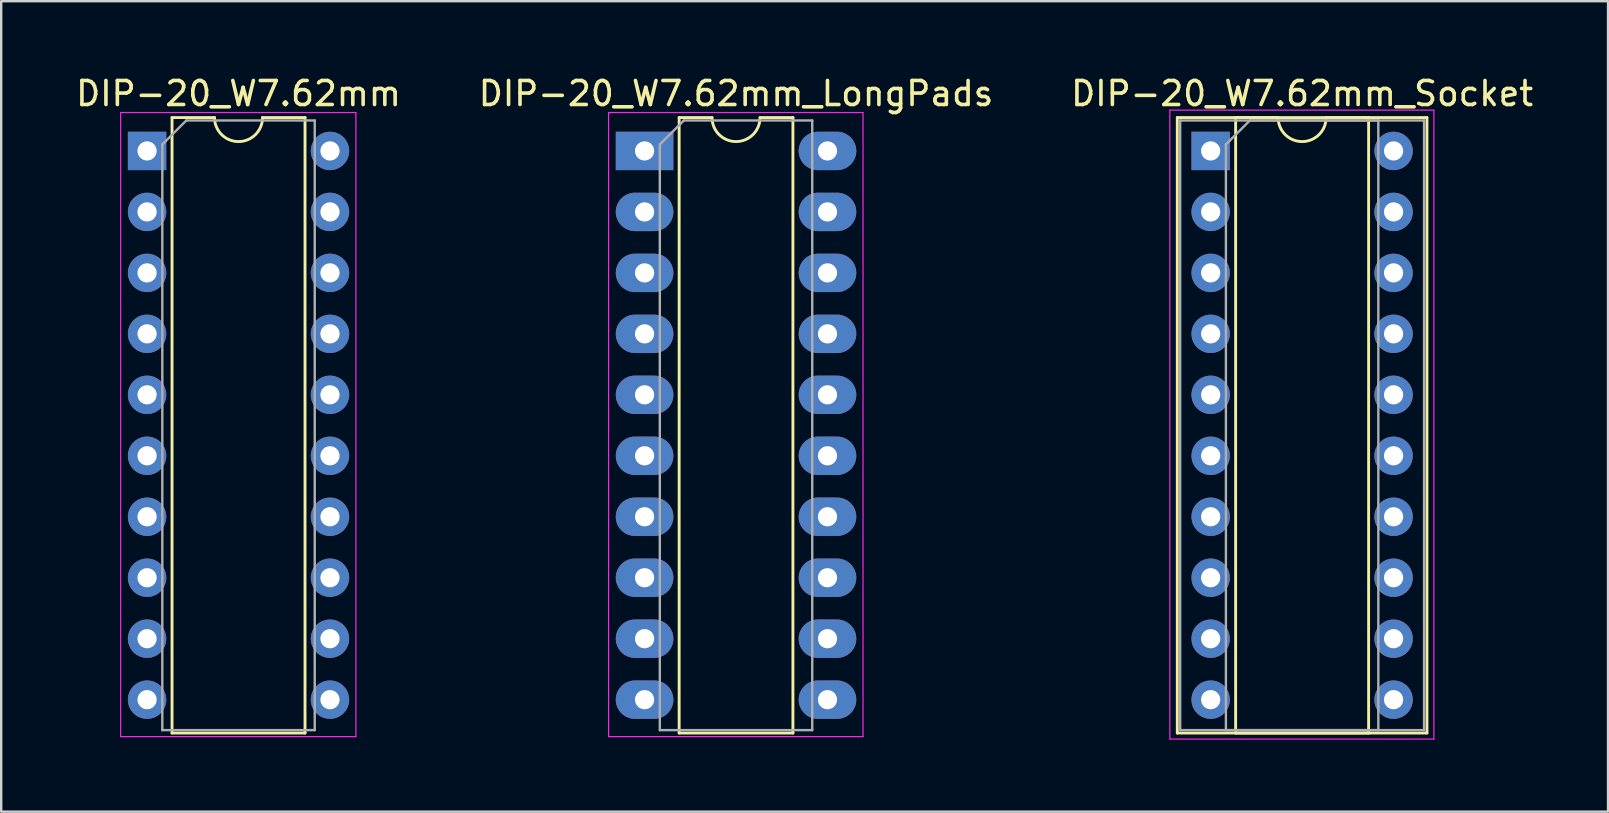
<source format=kicad_pcb>
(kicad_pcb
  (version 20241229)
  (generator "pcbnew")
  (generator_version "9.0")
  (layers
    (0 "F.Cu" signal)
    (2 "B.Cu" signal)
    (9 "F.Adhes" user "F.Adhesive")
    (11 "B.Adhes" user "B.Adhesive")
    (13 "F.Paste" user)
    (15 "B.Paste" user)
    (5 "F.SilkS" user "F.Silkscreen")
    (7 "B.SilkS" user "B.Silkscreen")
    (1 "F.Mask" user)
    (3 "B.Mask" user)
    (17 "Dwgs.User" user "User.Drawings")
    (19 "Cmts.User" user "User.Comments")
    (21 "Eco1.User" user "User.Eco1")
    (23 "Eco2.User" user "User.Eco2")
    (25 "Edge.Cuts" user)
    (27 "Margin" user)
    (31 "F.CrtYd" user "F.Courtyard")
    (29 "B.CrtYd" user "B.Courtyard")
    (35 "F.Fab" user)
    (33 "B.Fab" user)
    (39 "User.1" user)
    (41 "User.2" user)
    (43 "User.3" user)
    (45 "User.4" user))
  (footprint "DIP-20_W7.62mm_Socket"
    (layer "F.Cu")
    (at 47.386 3.238)
    (property "Reference" "DIP-20_W7.62mm_Socket" (at 3.81 -2.39 0) (layer "F.SilkS") (effects (font (size 1 1) (thickness 0.15))))
    (attr through_hole)
    (fp_line (start -1.39 -1.39) (end -1.39 24.25) (stroke (width 0.12) (type solid)) (layer "F.SilkS"))
    (fp_line (start -1.39 24.25) (end 9.01 24.25) (stroke (width 0.12) (type solid)) (layer "F.SilkS"))
    (fp_line (start 1.04 -1.39) (end 1.04 24.25) (stroke (width 0.12) (type solid)) (layer "F.SilkS"))
    (fp_line (start 1.04 24.25) (end 6.58 24.25) (stroke (width 0.12) (type solid)) (layer "F.SilkS"))
    (fp_line (start 2.81 -1.39) (end 1.04 -1.39) (stroke (width 0.12) (type solid)) (layer "F.SilkS"))
    (fp_line (start 6.58 -1.39) (end 4.81 -1.39) (stroke (width 0.12) (type solid)) (layer "F.SilkS"))
    (fp_line (start 6.58 24.25) (end 6.58 -1.39) (stroke (width 0.12) (type solid)) (layer "F.SilkS"))
    (fp_line (start 9.01 -1.39) (end -1.39 -1.39) (stroke (width 0.12) (type solid)) (layer "F.SilkS"))
    (fp_line (start 9.01 24.25) (end 9.01 -1.39) (stroke (width 0.12) (type solid)) (layer "F.SilkS"))
    (fp_arc (start 4.81 -1.39) (mid 3.81 -0.39) (end 2.81 -1.39) (stroke (width 0.12) (type solid)) (layer "F.SilkS"))
    (fp_line (start -1.7 -1.7) (end -1.7 24.5) (stroke (width 0.05) (type solid)) (layer "F.CrtYd"))
    (fp_line (start -1.7 24.5) (end 9.3 24.5) (stroke (width 0.05) (type solid)) (layer "F.CrtYd"))
    (fp_line (start 9.3 -1.7) (end -1.7 -1.7) (stroke (width 0.05) (type solid)) (layer "F.CrtYd"))
    (fp_line (start 9.3 24.5) (end 9.3 -1.7) (stroke (width 0.05) (type solid)) (layer "F.CrtYd"))
    (fp_line (start -1.27 -1.27) (end -1.27 24.13) (stroke (width 0.1) (type solid)) (layer "F.Fab"))
    (fp_line (start -1.27 24.13) (end 8.89 24.13) (stroke (width 0.1) (type solid)) (layer "F.Fab"))
    (fp_line (start 0.635 -0.27) (end 1.635 -1.27) (stroke (width 0.1) (type solid)) (layer "F.Fab"))
    (fp_line (start 0.635 24.13) (end 0.635 -0.27) (stroke (width 0.1) (type solid)) (layer "F.Fab"))
    (fp_line (start 1.635 -1.27) (end 6.985 -1.27) (stroke (width 0.1) (type solid)) (layer "F.Fab"))
    (fp_line (start 6.985 -1.27) (end 6.985 24.13) (stroke (width 0.1) (type solid)) (layer "F.Fab"))
    (fp_line (start 6.985 24.13) (end 0.635 24.13) (stroke (width 0.1) (type solid)) (layer "F.Fab"))
    (fp_line (start 8.89 -1.27) (end -1.27 -1.27) (stroke (width 0.1) (type solid)) (layer "F.Fab"))
    (fp_line (start 8.89 24.13) (end 8.89 -1.27) (stroke (width 0.1) (type solid)) (layer "F.Fab"))
    (pad "1" thru_hole rect (at 0 0) (size 1.6 1.6) (drill 0.8) (layers "*.Cu" "*.Mask"))
    (pad "2" thru_hole oval (at 0 2.54) (size 1.6 1.6) (drill 0.8) (layers "*.Cu" "*.Mask"))
    (pad "3" thru_hole oval (at 0 5.08) (size 1.6 1.6) (drill 0.8) (layers "*.Cu" "*.Mask"))
    (pad "4" thru_hole oval (at 0 7.62) (size 1.6 1.6) (drill 0.8) (layers "*.Cu" "*.Mask"))
    (pad "5" thru_hole oval (at 0 10.16) (size 1.6 1.6) (drill 0.8) (layers "*.Cu" "*.Mask"))
    (pad "6" thru_hole oval (at 0 12.7) (size 1.6 1.6) (drill 0.8) (layers "*.Cu" "*.Mask"))
    (pad "7" thru_hole oval (at 0 15.24) (size 1.6 1.6) (drill 0.8) (layers "*.Cu" "*.Mask"))
    (pad "8" thru_hole oval (at 0 17.78) (size 1.6 1.6) (drill 0.8) (layers "*.Cu" "*.Mask"))
    (pad "9" thru_hole oval (at 0 20.32) (size 1.6 1.6) (drill 0.8) (layers "*.Cu" "*.Mask"))
    (pad "10" thru_hole oval (at 0 22.86) (size 1.6 1.6) (drill 0.8) (layers "*.Cu" "*.Mask"))
    (pad "11" thru_hole oval (at 7.62 22.86) (size 1.6 1.6) (drill 0.8) (layers "*.Cu" "*.Mask"))
    (pad "12" thru_hole oval (at 7.62 20.32) (size 1.6 1.6) (drill 0.8) (layers "*.Cu" "*.Mask"))
    (pad "13" thru_hole oval (at 7.62 17.78) (size 1.6 1.6) (drill 0.8) (layers "*.Cu" "*.Mask"))
    (pad "14" thru_hole oval (at 7.62 15.24) (size 1.6 1.6) (drill 0.8) (layers "*.Cu" "*.Mask"))
    (pad "15" thru_hole oval (at 7.62 12.7) (size 1.6 1.6) (drill 0.8) (layers "*.Cu" "*.Mask"))
    (pad "16" thru_hole oval (at 7.62 10.16) (size 1.6 1.6) (drill 0.8) (layers "*.Cu" "*.Mask"))
    (pad "17" thru_hole oval (at 7.62 7.62) (size 1.6 1.6) (drill 0.8) (layers "*.Cu" "*.Mask"))
    (pad "18" thru_hole oval (at 7.62 5.08) (size 1.6 1.6) (drill 0.8) (layers "*.Cu" "*.Mask"))
    (pad "19" thru_hole oval (at 7.62 2.54) (size 1.6 1.6) (drill 0.8) (layers "*.Cu" "*.Mask"))
    (pad "20" thru_hole oval (at 7.62 0) (size 1.6 1.6) (drill 0.8) (layers "*.Cu" "*.Mask")))
  (footprint "DIP-20_W7.62mm"
    (layer "F.Cu")
    (at 3.077 3.238)
    (property "Reference" "DIP-20_W7.62mm" (at 3.81 -2.39 0) (layer "F.SilkS") (effects (font (size 1 1) (thickness 0.15))))
    (attr through_hole)
    (fp_line (start 1.04 -1.39) (end 1.04 24.25) (stroke (width 0.12) (type solid)) (layer "F.SilkS"))
    (fp_line (start 1.04 24.25) (end 6.58 24.25) (stroke (width 0.12) (type solid)) (layer "F.SilkS"))
    (fp_line (start 2.81 -1.39) (end 1.04 -1.39) (stroke (width 0.12) (type solid)) (layer "F.SilkS"))
    (fp_line (start 6.58 -1.39) (end 4.81 -1.39) (stroke (width 0.12) (type solid)) (layer "F.SilkS"))
    (fp_line (start 6.58 24.25) (end 6.58 -1.39) (stroke (width 0.12) (type solid)) (layer "F.SilkS"))
    (fp_arc (start 4.81 -1.39) (mid 3.81 -0.39) (end 2.81 -1.39) (stroke (width 0.12) (type solid)) (layer "F.SilkS"))
    (fp_line (start -1.1 -1.6) (end -1.1 24.4) (stroke (width 0.05) (type solid)) (layer "F.CrtYd"))
    (fp_line (start -1.1 24.4) (end 8.7 24.4) (stroke (width 0.05) (type solid)) (layer "F.CrtYd"))
    (fp_line (start 8.7 -1.6) (end -1.1 -1.6) (stroke (width 0.05) (type solid)) (layer "F.CrtYd"))
    (fp_line (start 8.7 24.4) (end 8.7 -1.6) (stroke (width 0.05) (type solid)) (layer "F.CrtYd"))
    (fp_line (start 0.635 -0.27) (end 1.635 -1.27) (stroke (width 0.1) (type solid)) (layer "F.Fab"))
    (fp_line (start 0.635 24.13) (end 0.635 -0.27) (stroke (width 0.1) (type solid)) (layer "F.Fab"))
    (fp_line (start 1.635 -1.27) (end 6.985 -1.27) (stroke (width 0.1) (type solid)) (layer "F.Fab"))
    (fp_line (start 6.985 -1.27) (end 6.985 24.13) (stroke (width 0.1) (type solid)) (layer "F.Fab"))
    (fp_line (start 6.985 24.13) (end 0.635 24.13) (stroke (width 0.1) (type solid)) (layer "F.Fab"))
    (pad "1" thru_hole rect (at 0 0) (size 1.6 1.6) (drill 0.8) (layers "*.Cu" "*.Mask"))
    (pad "2" thru_hole oval (at 0 2.54) (size 1.6 1.6) (drill 0.8) (layers "*.Cu" "*.Mask"))
    (pad "3" thru_hole oval (at 0 5.08) (size 1.6 1.6) (drill 0.8) (layers "*.Cu" "*.Mask"))
    (pad "4" thru_hole oval (at 0 7.62) (size 1.6 1.6) (drill 0.8) (layers "*.Cu" "*.Mask"))
    (pad "5" thru_hole oval (at 0 10.16) (size 1.6 1.6) (drill 0.8) (layers "*.Cu" "*.Mask"))
    (pad "6" thru_hole oval (at 0 12.7) (size 1.6 1.6) (drill 0.8) (layers "*.Cu" "*.Mask"))
    (pad "7" thru_hole oval (at 0 15.24) (size 1.6 1.6) (drill 0.8) (layers "*.Cu" "*.Mask"))
    (pad "8" thru_hole oval (at 0 17.78) (size 1.6 1.6) (drill 0.8) (layers "*.Cu" "*.Mask"))
    (pad "9" thru_hole oval (at 0 20.32) (size 1.6 1.6) (drill 0.8) (layers "*.Cu" "*.Mask"))
    (pad "10" thru_hole oval (at 0 22.86) (size 1.6 1.6) (drill 0.8) (layers "*.Cu" "*.Mask"))
    (pad "11" thru_hole oval (at 7.62 22.86) (size 1.6 1.6) (drill 0.8) (layers "*.Cu" "*.Mask"))
    (pad "12" thru_hole oval (at 7.62 20.32) (size 1.6 1.6) (drill 0.8) (layers "*.Cu" "*.Mask"))
    (pad "13" thru_hole oval (at 7.62 17.78) (size 1.6 1.6) (drill 0.8) (layers "*.Cu" "*.Mask"))
    (pad "14" thru_hole oval (at 7.62 15.24) (size 1.6 1.6) (drill 0.8) (layers "*.Cu" "*.Mask"))
    (pad "15" thru_hole oval (at 7.62 12.7) (size 1.6 1.6) (drill 0.8) (layers "*.Cu" "*.Mask"))
    (pad "16" thru_hole oval (at 7.62 10.16) (size 1.6 1.6) (drill 0.8) (layers "*.Cu" "*.Mask"))
    (pad "17" thru_hole oval (at 7.62 7.62) (size 1.6 1.6) (drill 0.8) (layers "*.Cu" "*.Mask"))
    (pad "18" thru_hole oval (at 7.62 5.08) (size 1.6 1.6) (drill 0.8) (layers "*.Cu" "*.Mask"))
    (pad "19" thru_hole oval (at 7.62 2.54) (size 1.6 1.6) (drill 0.8) (layers "*.Cu" "*.Mask"))
    (pad "20" thru_hole oval (at 7.62 0) (size 1.6 1.6) (drill 0.8) (layers "*.Cu" "*.Mask")))
  (footprint "DIP-20_W7.62mm_LongPads"
    (layer "F.Cu")
    (at 23.803 3.238)
    (property "Reference" "DIP-20_W7.62mm_LongPads" (at 3.81 -2.39 0) (layer "F.SilkS") (effects (font (size 1 1) (thickness 0.15))))
    (attr through_hole)
    (fp_line (start 1.44 -1.39) (end 1.44 24.25) (stroke (width 0.12) (type solid)) (layer "F.SilkS"))
    (fp_line (start 1.44 24.25) (end 6.18 24.25) (stroke (width 0.12) (type solid)) (layer "F.SilkS"))
    (fp_line (start 2.81 -1.39) (end 1.44 -1.39) (stroke (width 0.12) (type solid)) (layer "F.SilkS"))
    (fp_line (start 6.18 -1.39) (end 4.81 -1.39) (stroke (width 0.12) (type solid)) (layer "F.SilkS"))
    (fp_line (start 6.18 24.25) (end 6.18 -1.39) (stroke (width 0.12) (type solid)) (layer "F.SilkS"))
    (fp_arc (start 4.81 -1.39) (mid 3.81 -0.39) (end 2.81 -1.39) (stroke (width 0.12) (type solid)) (layer "F.SilkS"))
    (fp_line (start -1.5 -1.6) (end -1.5 24.4) (stroke (width 0.05) (type solid)) (layer "F.CrtYd"))
    (fp_line (start -1.5 24.4) (end 9.1 24.4) (stroke (width 0.05) (type solid)) (layer "F.CrtYd"))
    (fp_line (start 9.1 -1.6) (end -1.5 -1.6) (stroke (width 0.05) (type solid)) (layer "F.CrtYd"))
    (fp_line (start 9.1 24.4) (end 9.1 -1.6) (stroke (width 0.05) (type solid)) (layer "F.CrtYd"))
    (fp_line (start 0.635 -0.27) (end 1.635 -1.27) (stroke (width 0.1) (type solid)) (layer "F.Fab"))
    (fp_line (start 0.635 24.13) (end 0.635 -0.27) (stroke (width 0.1) (type solid)) (layer "F.Fab"))
    (fp_line (start 1.635 -1.27) (end 6.985 -1.27) (stroke (width 0.1) (type solid)) (layer "F.Fab"))
    (fp_line (start 6.985 -1.27) (end 6.985 24.13) (stroke (width 0.1) (type solid)) (layer "F.Fab"))
    (fp_line (start 6.985 24.13) (end 0.635 24.13) (stroke (width 0.1) (type solid)) (layer "F.Fab"))
    (pad "1" thru_hole rect (at 0 0) (size 2.4 1.6) (drill 0.8) (layers "*.Cu" "*.Mask"))
    (pad "2" thru_hole oval (at 0 2.54) (size 2.4 1.6) (drill 0.8) (layers "*.Cu" "*.Mask"))
    (pad "3" thru_hole oval (at 0 5.08) (size 2.4 1.6) (drill 0.8) (layers "*.Cu" "*.Mask"))
    (pad "4" thru_hole oval (at 0 7.62) (size 2.4 1.6) (drill 0.8) (layers "*.Cu" "*.Mask"))
    (pad "5" thru_hole oval (at 0 10.16) (size 2.4 1.6) (drill 0.8) (layers "*.Cu" "*.Mask"))
    (pad "6" thru_hole oval (at 0 12.7) (size 2.4 1.6) (drill 0.8) (layers "*.Cu" "*.Mask"))
    (pad "7" thru_hole oval (at 0 15.24) (size 2.4 1.6) (drill 0.8) (layers "*.Cu" "*.Mask"))
    (pad "8" thru_hole oval (at 0 17.78) (size 2.4 1.6) (drill 0.8) (layers "*.Cu" "*.Mask"))
    (pad "9" thru_hole oval (at 0 20.32) (size 2.4 1.6) (drill 0.8) (layers "*.Cu" "*.Mask"))
    (pad "10" thru_hole oval (at 0 22.86) (size 2.4 1.6) (drill 0.8) (layers "*.Cu" "*.Mask"))
    (pad "11" thru_hole oval (at 7.62 22.86) (size 2.4 1.6) (drill 0.8) (layers "*.Cu" "*.Mask"))
    (pad "12" thru_hole oval (at 7.62 20.32) (size 2.4 1.6) (drill 0.8) (layers "*.Cu" "*.Mask"))
    (pad "13" thru_hole oval (at 7.62 17.78) (size 2.4 1.6) (drill 0.8) (layers "*.Cu" "*.Mask"))
    (pad "14" thru_hole oval (at 7.62 15.24) (size 2.4 1.6) (drill 0.8) (layers "*.Cu" "*.Mask"))
    (pad "15" thru_hole oval (at 7.62 12.7) (size 2.4 1.6) (drill 0.8) (layers "*.Cu" "*.Mask"))
    (pad "16" thru_hole oval (at 7.62 10.16) (size 2.4 1.6) (drill 0.8) (layers "*.Cu" "*.Mask"))
    (pad "17" thru_hole oval (at 7.62 7.62) (size 2.4 1.6) (drill 0.8) (layers "*.Cu" "*.Mask"))
    (pad "18" thru_hole oval (at 7.62 5.08) (size 2.4 1.6) (drill 0.8) (layers "*.Cu" "*.Mask"))
    (pad "19" thru_hole oval (at 7.62 2.54) (size 2.4 1.6) (drill 0.8) (layers "*.Cu" "*.Mask"))
    (pad "20" thru_hole oval (at 7.62 0) (size 2.4 1.6) (drill 0.8) (layers "*.Cu" "*.Mask")))
  (gr_rect
    (start -3 -3)
    (end 63.94 30.763)
    (stroke (width 0.1) (type default))
    (fill no)
    (layer "Edge.Cuts")))
</source>
